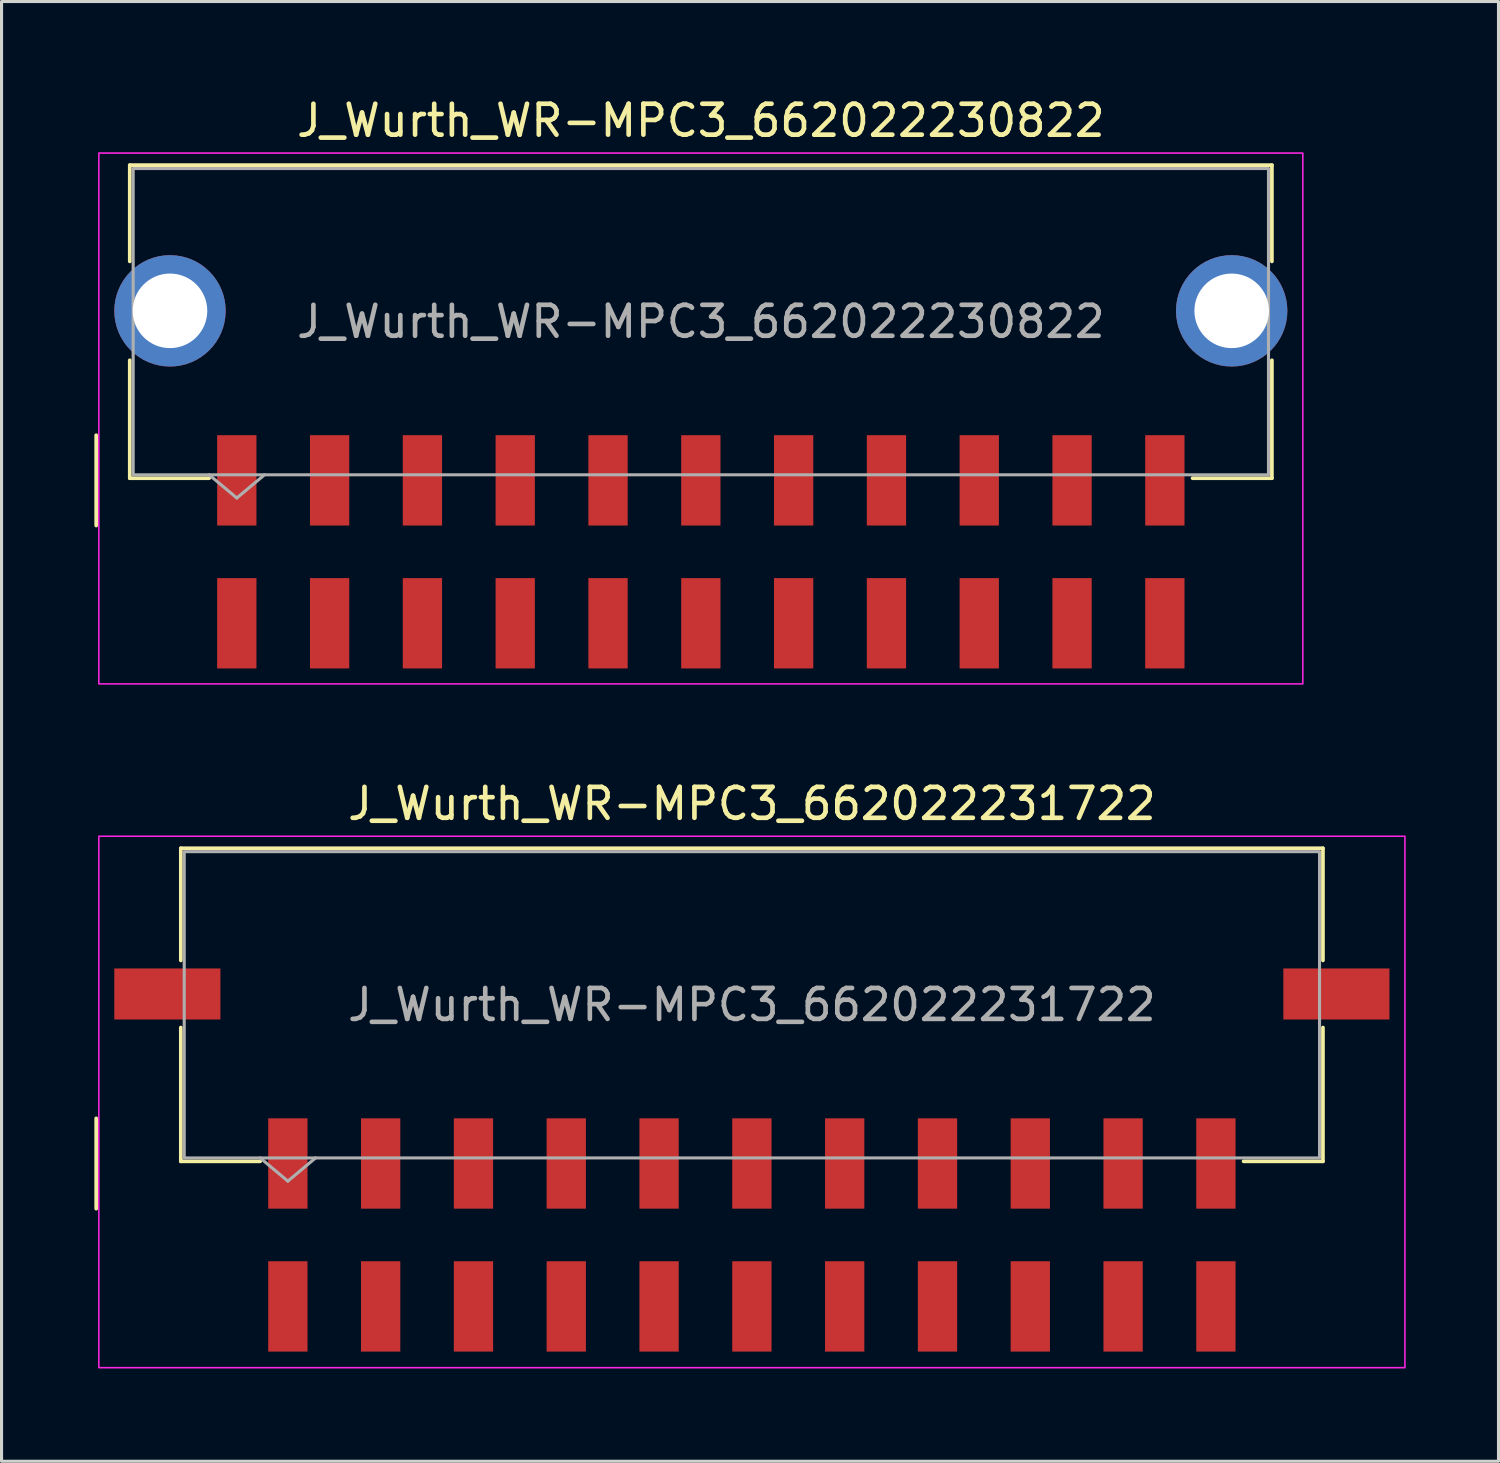
<source format=kicad_pcb>
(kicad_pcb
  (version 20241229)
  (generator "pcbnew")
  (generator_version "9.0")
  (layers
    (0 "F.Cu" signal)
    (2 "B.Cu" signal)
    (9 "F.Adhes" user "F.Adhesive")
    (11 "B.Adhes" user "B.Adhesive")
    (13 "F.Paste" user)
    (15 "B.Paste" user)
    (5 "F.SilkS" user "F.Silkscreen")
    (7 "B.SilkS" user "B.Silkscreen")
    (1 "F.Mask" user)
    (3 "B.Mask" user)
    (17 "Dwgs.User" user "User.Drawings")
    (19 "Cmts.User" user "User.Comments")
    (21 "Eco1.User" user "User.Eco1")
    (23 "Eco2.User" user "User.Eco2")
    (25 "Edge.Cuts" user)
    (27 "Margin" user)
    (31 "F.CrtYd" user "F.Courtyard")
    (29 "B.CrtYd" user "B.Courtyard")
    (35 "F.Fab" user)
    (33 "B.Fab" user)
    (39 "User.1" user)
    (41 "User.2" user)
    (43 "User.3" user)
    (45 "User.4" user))
  (footprint "J_Wurth_WR-MPC3_662022230822"
    (layer "F.Cu")
    (at 19.605 7.348)
    (property "Reference" "J_Wurth_WR-MPC3_662022230822" (at 0 -6.5 0) (unlocked yes) (layer "F.SilkS") (effects (font (size 1 1) (thickness 0.15))))
    (attr smd)
    (fp_line (start -19.545 6.59) (end -19.545 3.67) (stroke (width 0.12) (type solid)) (layer "F.SilkS"))
    (fp_line (start -18.46 -5.06) (end 18.46 -5.06) (stroke (width 0.12) (type solid)) (layer "F.SilkS"))
    (fp_line (start -18.46 -1.948) (end -18.46 -5.06) (stroke (width 0.12) (type solid)) (layer "F.SilkS"))
    (fp_line (start -18.46 1.248) (end -18.46 5.06) (stroke (width 0.12) (type solid)) (layer "F.SilkS"))
    (fp_line (start -15.895 5.06) (end -18.46 5.06) (stroke (width 0.12) (type solid)) (layer "F.SilkS"))
    (fp_line (start 15.895 5.06) (end 18.46 5.06) (stroke (width 0.12) (type solid)) (layer "F.SilkS"))
    (fp_line (start 18.46 -1.948) (end 18.46 -5.06) (stroke (width 0.12) (type solid)) (layer "F.SilkS"))
    (fp_line (start 18.46 1.248) (end 18.46 5.06) (stroke (width 0.12) (type solid)) (layer "F.SilkS"))
    (fp_rect (start -19.46 -5.45) (end 19.46 11.71) (stroke (width 0.05) (type solid)) (fill no) (layer "F.CrtYd"))
    (fp_line (start -15 5.7) (end -15.895 4.95) (stroke (width 0.1) (type solid)) (layer "F.Fab"))
    (fp_line (start -15 5.7) (end -14.105 4.95) (stroke (width 0.1) (type solid)) (layer "F.Fab"))
    (fp_rect (start -18.35 -4.95) (end 18.35 4.95) (stroke (width 0.1) (type solid)) (fill no) (layer "F.Fab"))
    (fp_text user "${REFERENCE}" (at 0 0 0) (unlocked yes) (layer "F.Fab") (effects (font (size 1 1) (thickness 0.15))))
    (pad "1" smd rect (at -15 5.13 270) (size 2.92 1.27) (layers "F.Cu" "F.Mask" "F.Paste"))
    (pad "2" smd rect (at -12 5.13 270) (size 2.92 1.27) (layers "F.Cu" "F.Mask" "F.Paste"))
    (pad "3" smd rect (at -9 5.13 270) (size 2.92 1.27) (layers "F.Cu" "F.Mask" "F.Paste"))
    (pad "4" smd rect (at -6 5.13 270) (size 2.92 1.27) (layers "F.Cu" "F.Mask" "F.Paste"))
    (pad "5" smd rect (at -3 5.13 270) (size 2.92 1.27) (layers "F.Cu" "F.Mask" "F.Paste"))
    (pad "6" smd rect (at 0 5.13 270) (size 2.92 1.27) (layers "F.Cu" "F.Mask" "F.Paste"))
    (pad "7" smd rect (at 3 5.13 270) (size 2.92 1.27) (layers "F.Cu" "F.Mask" "F.Paste"))
    (pad "8" smd rect (at 6 5.13 270) (size 2.92 1.27) (layers "F.Cu" "F.Mask" "F.Paste"))
    (pad "9" smd rect (at 9 5.13 270) (size 2.92 1.27) (layers "F.Cu" "F.Mask" "F.Paste"))
    (pad "10" smd rect (at 12 5.13 270) (size 2.92 1.27) (layers "F.Cu" "F.Mask" "F.Paste"))
    (pad "11" smd rect (at 15 5.13 270) (size 2.92 1.27) (layers "F.Cu" "F.Mask" "F.Paste"))
    (pad "12" smd rect (at -15 9.75 270) (size 2.92 1.27) (layers "F.Cu" "F.Mask" "F.Paste"))
    (pad "13" smd rect (at -12 9.75 270) (size 2.92 1.27) (layers "F.Cu" "F.Mask" "F.Paste"))
    (pad "14" smd rect (at -9 9.75 270) (size 2.92 1.27) (layers "F.Cu" "F.Mask" "F.Paste"))
    (pad "15" smd rect (at -6 9.75 270) (size 2.92 1.27) (layers "F.Cu" "F.Mask" "F.Paste"))
    (pad "16" smd rect (at -3 9.75 270) (size 2.92 1.27) (layers "F.Cu" "F.Mask" "F.Paste"))
    (pad "17" smd rect (at 0 9.75 270) (size 2.92 1.27) (layers "F.Cu" "F.Mask" "F.Paste"))
    (pad "18" smd rect (at 3 9.75 270) (size 2.92 1.27) (layers "F.Cu" "F.Mask" "F.Paste"))
    (pad "19" smd rect (at 6 9.75 270) (size 2.92 1.27) (layers "F.Cu" "F.Mask" "F.Paste"))
    (pad "20" smd rect (at 9 9.75 270) (size 2.92 1.27) (layers "F.Cu" "F.Mask" "F.Paste"))
    (pad "21" smd rect (at 12 9.75 270) (size 2.92 1.27) (layers "F.Cu" "F.Mask" "F.Paste"))
    (pad "22" smd rect (at 15 9.75 270) (size 2.92 1.27) (layers "F.Cu" "F.Mask" "F.Paste"))
    (pad "Z1" thru_hole circle (at 17.16 -0.35 180) (size 3.6 3.6) (drill 2.41) (layers "*.Cu" "*.Mask"))
    (pad "Z2" thru_hole circle (at -17.16 -0.35 180) (size 3.6 3.6) (drill 2.41) (layers "*.Cu" "*.Mask")))
  (footprint "J_Wurth_WR-MPC3_662022231722"
    (layer "F.Cu")
    (at 21.255 29.431)
    (property "Reference" "J_Wurth_WR-MPC3_662022231722" (at 0 -6.5 0) (unlocked yes) (layer "F.SilkS") (effects (font (size 1 1) (thickness 0.15))))
    (attr smd)
    (fp_line (start -21.195 6.59) (end -21.195 3.67) (stroke (width 0.12) (type solid)) (layer "F.SilkS"))
    (fp_line (start -18.46 -5.06) (end -18.46 -1.435) (stroke (width 0.12) (type solid)) (layer "F.SilkS"))
    (fp_line (start -18.46 -5.06) (end 18.46 -5.06) (stroke (width 0.12) (type default)) (layer "F.SilkS"))
    (fp_line (start -18.46 0.735) (end -18.46 5.06) (stroke (width 0.12) (type solid)) (layer "F.SilkS"))
    (fp_line (start -15.895 5.06) (end -18.46 5.06) (stroke (width 0.12) (type solid)) (layer "F.SilkS"))
    (fp_line (start 18.46 -5.06) (end 18.46 -1.435) (stroke (width 0.12) (type solid)) (layer "F.SilkS"))
    (fp_line (start 18.46 0.735) (end 18.46 5.06) (stroke (width 0.12) (type solid)) (layer "F.SilkS"))
    (fp_line (start 18.46 5.06) (end 15.895 5.06) (stroke (width 0.12) (type solid)) (layer "F.SilkS"))
    (fp_rect (start -21.11 -5.45) (end 21.11 11.73) (stroke (width 0.05) (type solid)) (fill no) (layer "F.CrtYd"))
    (fp_line (start -15 5.7) (end -15.895 4.95) (stroke (width 0.1) (type solid)) (layer "F.Fab"))
    (fp_line (start -15 5.7) (end -14.105 4.95) (stroke (width 0.1) (type solid)) (layer "F.Fab"))
    (fp_rect (start -18.35 -4.95) (end 18.35 4.95) (stroke (width 0.1) (type solid)) (fill no) (layer "F.Fab"))
    (fp_text user "${REFERENCE}" (at 0 0 0) (unlocked yes) (layer "F.Fab") (effects (font (size 1 1) (thickness 0.15))))
    (pad "1" smd rect (at -15 5.13 180) (size 1.27 2.92) (layers "F.Cu" "F.Mask" "F.Paste"))
    (pad "2" smd rect (at -12 5.13 180) (size 1.27 2.92) (layers "F.Cu" "F.Mask" "F.Paste"))
    (pad "3" smd rect (at -9 5.13 180) (size 1.27 2.92) (layers "F.Cu" "F.Mask" "F.Paste"))
    (pad "4" smd rect (at -6 5.13 180) (size 1.27 2.92) (layers "F.Cu" "F.Mask" "F.Paste"))
    (pad "5" smd rect (at -3 5.13 180) (size 1.27 2.92) (layers "F.Cu" "F.Mask" "F.Paste"))
    (pad "6" smd rect (at 0 5.13 180) (size 1.27 2.92) (layers "F.Cu" "F.Mask" "F.Paste"))
    (pad "7" smd rect (at 3 5.13 180) (size 1.27 2.92) (layers "F.Cu" "F.Mask" "F.Paste"))
    (pad "8" smd rect (at 6 5.13 180) (size 1.27 2.92) (layers "F.Cu" "F.Mask" "F.Paste"))
    (pad "9" smd rect (at 9 5.13 180) (size 1.27 2.92) (layers "F.Cu" "F.Mask" "F.Paste"))
    (pad "10" smd rect (at 12 5.13 180) (size 1.27 2.92) (layers "F.Cu" "F.Mask" "F.Paste"))
    (pad "11" smd rect (at 15 5.13 180) (size 1.27 2.92) (layers "F.Cu" "F.Mask" "F.Paste"))
    (pad "12" smd rect (at -15 9.75 180) (size 1.27 2.92) (layers "F.Cu" "F.Mask" "F.Paste"))
    (pad "13" smd rect (at -12 9.75 180) (size 1.27 2.92) (layers "F.Cu" "F.Mask" "F.Paste"))
    (pad "14" smd rect (at -9 9.75 180) (size 1.27 2.92) (layers "F.Cu" "F.Mask" "F.Paste"))
    (pad "15" smd rect (at -6 9.75 180) (size 1.27 2.92) (layers "F.Cu" "F.Mask" "F.Paste"))
    (pad "16" smd rect (at -3 9.75 180) (size 1.27 2.92) (layers "F.Cu" "F.Mask" "F.Paste"))
    (pad "17" smd rect (at 0 9.75 180) (size 1.27 2.92) (layers "F.Cu" "F.Mask" "F.Paste"))
    (pad "18" smd rect (at 3 9.75 180) (size 1.27 2.92) (layers "F.Cu" "F.Mask" "F.Paste"))
    (pad "19" smd rect (at 6 9.75 180) (size 1.27 2.92) (layers "F.Cu" "F.Mask" "F.Paste"))
    (pad "20" smd rect (at 9 9.75 180) (size 1.27 2.92) (layers "F.Cu" "F.Mask" "F.Paste"))
    (pad "21" smd rect (at 12 9.75 180) (size 1.27 2.92) (layers "F.Cu" "F.Mask" "F.Paste"))
    (pad "22" smd rect (at 15 9.75 180) (size 1.27 2.92) (layers "F.Cu" "F.Mask" "F.Paste"))
    (pad "MP1" smd rect (at 18.895 -0.35 180) (size 3.43 1.65) (layers "F.Cu" "F.Mask" "F.Paste"))
    (pad "MP2" smd rect (at -18.895 -0.35 180) (size 3.43 1.65) (layers "F.Cu" "F.Mask" "F.Paste")))
  (gr_rect
    (start -3 -3)
    (end 45.39 44.187)
    (stroke (width 0.1) (type default))
    (fill no)
    (layer "Edge.Cuts")))
</source>
